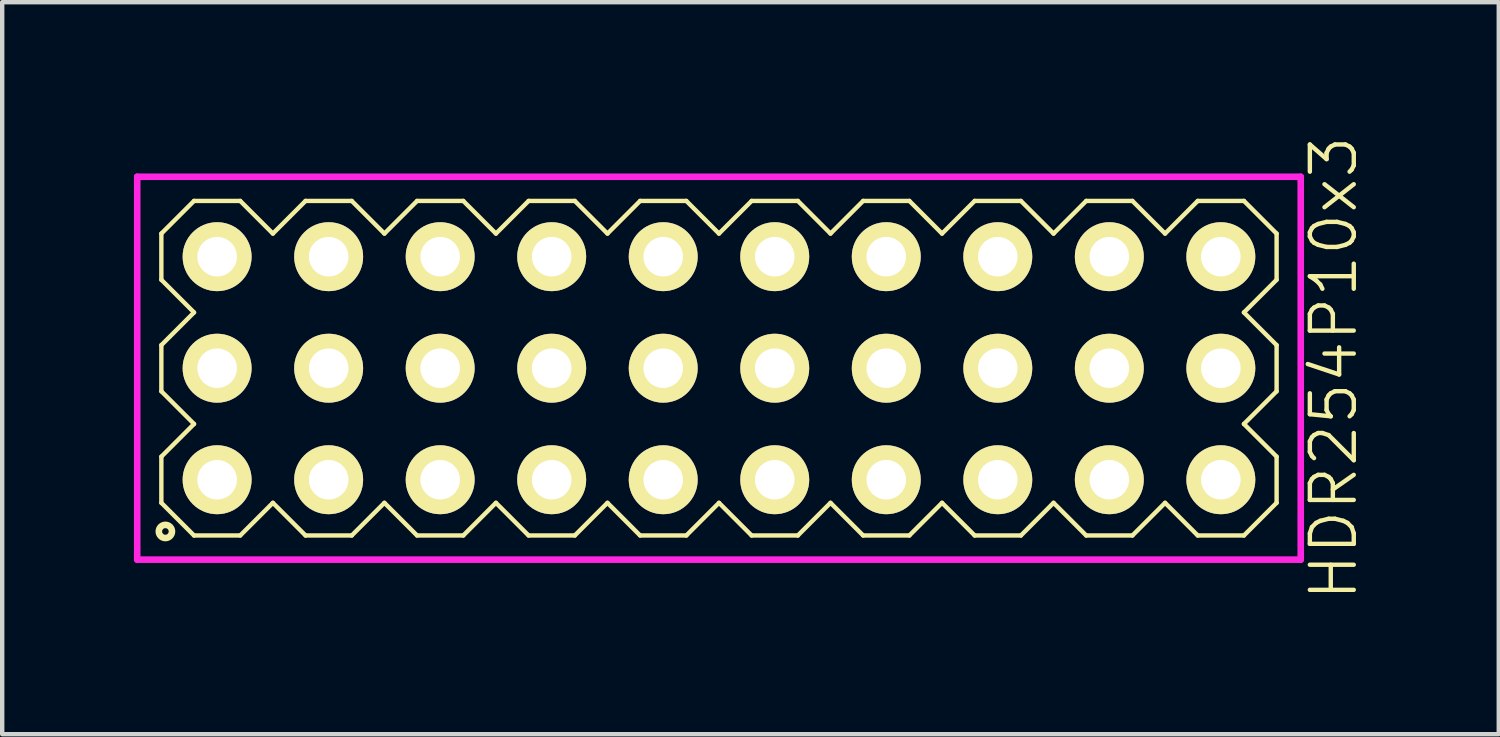
<source format=kicad_pcb>
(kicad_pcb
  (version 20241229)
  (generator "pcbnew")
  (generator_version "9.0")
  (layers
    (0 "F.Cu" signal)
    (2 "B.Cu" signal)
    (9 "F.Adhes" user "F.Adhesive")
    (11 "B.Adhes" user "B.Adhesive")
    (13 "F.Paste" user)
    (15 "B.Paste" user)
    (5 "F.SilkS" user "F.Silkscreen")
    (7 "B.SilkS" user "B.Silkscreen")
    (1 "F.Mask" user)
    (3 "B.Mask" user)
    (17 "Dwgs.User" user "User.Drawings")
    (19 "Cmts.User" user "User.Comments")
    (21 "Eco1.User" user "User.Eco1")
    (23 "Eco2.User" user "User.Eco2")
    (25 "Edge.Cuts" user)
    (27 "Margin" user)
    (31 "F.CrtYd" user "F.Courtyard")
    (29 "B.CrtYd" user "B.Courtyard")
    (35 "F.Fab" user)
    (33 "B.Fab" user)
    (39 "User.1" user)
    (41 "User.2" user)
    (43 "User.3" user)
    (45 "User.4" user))
  (footprint "HDR254P10x3"
    (layer "F.Cu")
    (at 13.325 5.336)
    (property "Reference" "HDR254P10x3" (at 14 0 90) (layer "F.SilkS") (effects (font (size 1 1) (thickness 0.1))))
    (attr through_hole)
    (fp_line (start -12.7 -3.066) (end -11.956 -3.81) (stroke (width 0.1) (type solid)) (layer "F.SilkS"))
    (fp_line (start -12.7 -2.014) (end -12.7 -3.066) (stroke (width 0.1) (type solid)) (layer "F.SilkS"))
    (fp_line (start -12.7 -0.526) (end -11.956 -1.27) (stroke (width 0.1) (type solid)) (layer "F.SilkS"))
    (fp_line (start -12.7 0.526) (end -12.7 -0.526) (stroke (width 0.1) (type solid)) (layer "F.SilkS"))
    (fp_line (start -12.7 2.014) (end -11.956 1.27) (stroke (width 0.1) (type solid)) (layer "F.SilkS"))
    (fp_line (start -12.7 3.066) (end -12.7 2.014) (stroke (width 0.1) (type solid)) (layer "F.SilkS"))
    (fp_line (start -11.956 -3.81) (end -10.904 -3.81) (stroke (width 0.1) (type solid)) (layer "F.SilkS"))
    (fp_line (start -11.956 -1.27) (end -12.7 -2.014) (stroke (width 0.1) (type solid)) (layer "F.SilkS"))
    (fp_line (start -11.956 1.27) (end -12.7 0.526) (stroke (width 0.1) (type solid)) (layer "F.SilkS"))
    (fp_line (start -11.956 3.81) (end -12.7 3.066) (stroke (width 0.1) (type solid)) (layer "F.SilkS"))
    (fp_line (start -10.904 -3.81) (end -10.16 -3.066) (stroke (width 0.1) (type solid)) (layer "F.SilkS"))
    (fp_line (start -10.904 3.81) (end -11.956 3.81) (stroke (width 0.1) (type solid)) (layer "F.SilkS"))
    (fp_line (start -10.16 -3.066) (end -9.416 -3.81) (stroke (width 0.1) (type solid)) (layer "F.SilkS"))
    (fp_line (start -10.16 3.066) (end -10.904 3.81) (stroke (width 0.1) (type solid)) (layer "F.SilkS"))
    (fp_line (start -9.416 -3.81) (end -8.364 -3.81) (stroke (width 0.1) (type solid)) (layer "F.SilkS"))
    (fp_line (start -9.416 3.81) (end -10.16 3.066) (stroke (width 0.1) (type solid)) (layer "F.SilkS"))
    (fp_line (start -8.364 -3.81) (end -7.62 -3.066) (stroke (width 0.1) (type solid)) (layer "F.SilkS"))
    (fp_line (start -8.364 3.81) (end -9.416 3.81) (stroke (width 0.1) (type solid)) (layer "F.SilkS"))
    (fp_line (start -7.62 -3.066) (end -6.876 -3.81) (stroke (width 0.1) (type solid)) (layer "F.SilkS"))
    (fp_line (start -7.62 3.066) (end -8.364 3.81) (stroke (width 0.1) (type solid)) (layer "F.SilkS"))
    (fp_line (start -6.876 -3.81) (end -5.824 -3.81) (stroke (width 0.1) (type solid)) (layer "F.SilkS"))
    (fp_line (start -6.876 3.81) (end -7.62 3.066) (stroke (width 0.1) (type solid)) (layer "F.SilkS"))
    (fp_line (start -5.824 -3.81) (end -5.08 -3.066) (stroke (width 0.1) (type solid)) (layer "F.SilkS"))
    (fp_line (start -5.824 3.81) (end -6.876 3.81) (stroke (width 0.1) (type solid)) (layer "F.SilkS"))
    (fp_line (start -5.08 -3.066) (end -4.336 -3.81) (stroke (width 0.1) (type solid)) (layer "F.SilkS"))
    (fp_line (start -5.08 3.066) (end -5.824 3.81) (stroke (width 0.1) (type solid)) (layer "F.SilkS"))
    (fp_line (start -4.336 -3.81) (end -3.284 -3.81) (stroke (width 0.1) (type solid)) (layer "F.SilkS"))
    (fp_line (start -4.336 3.81) (end -5.08 3.066) (stroke (width 0.1) (type solid)) (layer "F.SilkS"))
    (fp_line (start -3.284 -3.81) (end -2.54 -3.066) (stroke (width 0.1) (type solid)) (layer "F.SilkS"))
    (fp_line (start -3.284 3.81) (end -4.336 3.81) (stroke (width 0.1) (type solid)) (layer "F.SilkS"))
    (fp_line (start -2.54 -3.066) (end -1.796 -3.81) (stroke (width 0.1) (type solid)) (layer "F.SilkS"))
    (fp_line (start -2.54 3.066) (end -3.284 3.81) (stroke (width 0.1) (type solid)) (layer "F.SilkS"))
    (fp_line (start -1.796 -3.81) (end -0.744 -3.81) (stroke (width 0.1) (type solid)) (layer "F.SilkS"))
    (fp_line (start -1.796 3.81) (end -2.54 3.066) (stroke (width 0.1) (type solid)) (layer "F.SilkS"))
    (fp_line (start -0.744 -3.81) (end 0 -3.066) (stroke (width 0.1) (type solid)) (layer "F.SilkS"))
    (fp_line (start -0.744 3.81) (end -1.796 3.81) (stroke (width 0.1) (type solid)) (layer "F.SilkS"))
    (fp_line (start 0 -3.066) (end 0.744 -3.81) (stroke (width 0.1) (type solid)) (layer "F.SilkS"))
    (fp_line (start 0 3.066) (end -0.744 3.81) (stroke (width 0.1) (type solid)) (layer "F.SilkS"))
    (fp_line (start 0.744 -3.81) (end 1.796 -3.81) (stroke (width 0.1) (type solid)) (layer "F.SilkS"))
    (fp_line (start 0.744 3.81) (end 0 3.066) (stroke (width 0.1) (type solid)) (layer "F.SilkS"))
    (fp_line (start 1.796 -3.81) (end 2.54 -3.066) (stroke (width 0.1) (type solid)) (layer "F.SilkS"))
    (fp_line (start 1.796 3.81) (end 0.744 3.81) (stroke (width 0.1) (type solid)) (layer "F.SilkS"))
    (fp_line (start 2.54 -3.066) (end 3.284 -3.81) (stroke (width 0.1) (type solid)) (layer "F.SilkS"))
    (fp_line (start 2.54 3.066) (end 1.796 3.81) (stroke (width 0.1) (type solid)) (layer "F.SilkS"))
    (fp_line (start 3.284 -3.81) (end 4.336 -3.81) (stroke (width 0.1) (type solid)) (layer "F.SilkS"))
    (fp_line (start 3.284 3.81) (end 2.54 3.066) (stroke (width 0.1) (type solid)) (layer "F.SilkS"))
    (fp_line (start 4.336 -3.81) (end 5.08 -3.066) (stroke (width 0.1) (type solid)) (layer "F.SilkS"))
    (fp_line (start 4.336 3.81) (end 3.284 3.81) (stroke (width 0.1) (type solid)) (layer "F.SilkS"))
    (fp_line (start 5.08 -3.066) (end 5.824 -3.81) (stroke (width 0.1) (type solid)) (layer "F.SilkS"))
    (fp_line (start 5.08 3.066) (end 4.336 3.81) (stroke (width 0.1) (type solid)) (layer "F.SilkS"))
    (fp_line (start 5.824 -3.81) (end 6.876 -3.81) (stroke (width 0.1) (type solid)) (layer "F.SilkS"))
    (fp_line (start 5.824 3.81) (end 5.08 3.066) (stroke (width 0.1) (type solid)) (layer "F.SilkS"))
    (fp_line (start 6.876 -3.81) (end 7.62 -3.066) (stroke (width 0.1) (type solid)) (layer "F.SilkS"))
    (fp_line (start 6.876 3.81) (end 5.824 3.81) (stroke (width 0.1) (type solid)) (layer "F.SilkS"))
    (fp_line (start 7.62 -3.066) (end 8.364 -3.81) (stroke (width 0.1) (type solid)) (layer "F.SilkS"))
    (fp_line (start 7.62 3.066) (end 6.876 3.81) (stroke (width 0.1) (type solid)) (layer "F.SilkS"))
    (fp_line (start 8.364 -3.81) (end 9.416 -3.81) (stroke (width 0.1) (type solid)) (layer "F.SilkS"))
    (fp_line (start 8.364 3.81) (end 7.62 3.066) (stroke (width 0.1) (type solid)) (layer "F.SilkS"))
    (fp_line (start 9.416 -3.81) (end 10.16 -3.066) (stroke (width 0.1) (type solid)) (layer "F.SilkS"))
    (fp_line (start 9.416 3.81) (end 8.364 3.81) (stroke (width 0.1) (type solid)) (layer "F.SilkS"))
    (fp_line (start 10.16 -3.066) (end 10.904 -3.81) (stroke (width 0.1) (type solid)) (layer "F.SilkS"))
    (fp_line (start 10.16 3.066) (end 9.416 3.81) (stroke (width 0.1) (type solid)) (layer "F.SilkS"))
    (fp_line (start 10.904 -3.81) (end 11.956 -3.81) (stroke (width 0.1) (type solid)) (layer "F.SilkS"))
    (fp_line (start 10.904 3.81) (end 10.16 3.066) (stroke (width 0.1) (type solid)) (layer "F.SilkS"))
    (fp_line (start 11.956 -3.81) (end 12.7 -3.066) (stroke (width 0.1) (type solid)) (layer "F.SilkS"))
    (fp_line (start 11.956 -1.27) (end 12.7 -0.526) (stroke (width 0.1) (type solid)) (layer "F.SilkS"))
    (fp_line (start 11.956 1.27) (end 12.7 2.014) (stroke (width 0.1) (type solid)) (layer "F.SilkS"))
    (fp_line (start 11.956 3.81) (end 10.904 3.81) (stroke (width 0.1) (type solid)) (layer "F.SilkS"))
    (fp_line (start 12.7 -3.066) (end 12.7 -2.014) (stroke (width 0.1) (type solid)) (layer "F.SilkS"))
    (fp_line (start 12.7 -2.014) (end 11.956 -1.27) (stroke (width 0.1) (type solid)) (layer "F.SilkS"))
    (fp_line (start 12.7 -0.526) (end 12.7 0.526) (stroke (width 0.1) (type solid)) (layer "F.SilkS"))
    (fp_line (start 12.7 0.526) (end 11.956 1.27) (stroke (width 0.1) (type solid)) (layer "F.SilkS"))
    (fp_line (start 12.7 2.014) (end 12.7 3.066) (stroke (width 0.1) (type solid)) (layer "F.SilkS"))
    (fp_line (start 12.7 3.066) (end 11.956 3.81) (stroke (width 0.1) (type solid)) (layer "F.SilkS"))
    (fp_circle (center -12.608 3.718) (end -12.458 3.718) (stroke (width 0.15) (type solid)) (fill no) (layer "F.SilkS"))
    (fp_line (start -13.25 -4.36) (end -13.25 4.36) (stroke (width 0.15) (type solid)) (layer "F.CrtYd"))
    (fp_line (start -13.25 4.36) (end 13.25 4.36) (stroke (width 0.15) (type solid)) (layer "F.CrtYd"))
    (fp_line (start 13.25 -4.36) (end -13.25 -4.36) (stroke (width 0.15) (type solid)) (layer "F.CrtYd"))
    (fp_line (start 13.25 4.36) (end 13.25 -4.36) (stroke (width 0.15) (type solid)) (layer "F.CrtYd"))
    (pad "1" thru_hole oval (at -11.43 2.54) (size 1.57 1.57) (drill 0.9) (layers "*.Cu" "*.Mask" "F.SilkS"))
    (pad "2" thru_hole oval (at -11.43 0) (size 1.57 1.57) (drill 0.9) (layers "*.Cu" "*.Mask" "F.SilkS"))
    (pad "3" thru_hole oval (at -11.43 -2.54) (size 1.57 1.57) (drill 0.9) (layers "*.Cu" "*.Mask" "F.SilkS"))
    (pad "4" thru_hole oval (at -8.89 2.54) (size 1.57 1.57) (drill 0.9) (layers "*.Cu" "*.Mask" "F.SilkS"))
    (pad "5" thru_hole oval (at -8.89 0) (size 1.57 1.57) (drill 0.9) (layers "*.Cu" "*.Mask" "F.SilkS"))
    (pad "6" thru_hole oval (at -8.89 -2.54) (size 1.57 1.57) (drill 0.9) (layers "*.Cu" "*.Mask" "F.SilkS"))
    (pad "7" thru_hole oval (at -6.35 2.54) (size 1.57 1.57) (drill 0.9) (layers "*.Cu" "*.Mask" "F.SilkS"))
    (pad "8" thru_hole oval (at -6.35 0) (size 1.57 1.57) (drill 0.9) (layers "*.Cu" "*.Mask" "F.SilkS"))
    (pad "9" thru_hole oval (at -6.35 -2.54) (size 1.57 1.57) (drill 0.9) (layers "*.Cu" "*.Mask" "F.SilkS"))
    (pad "10" thru_hole oval (at -3.81 2.54) (size 1.57 1.57) (drill 0.9) (layers "*.Cu" "*.Mask" "F.SilkS"))
    (pad "11" thru_hole oval (at -3.81 0) (size 1.57 1.57) (drill 0.9) (layers "*.Cu" "*.Mask" "F.SilkS"))
    (pad "12" thru_hole oval (at -3.81 -2.54) (size 1.57 1.57) (drill 0.9) (layers "*.Cu" "*.Mask" "F.SilkS"))
    (pad "13" thru_hole oval (at -1.27 2.54) (size 1.57 1.57) (drill 0.9) (layers "*.Cu" "*.Mask" "F.SilkS"))
    (pad "14" thru_hole oval (at -1.27 0) (size 1.57 1.57) (drill 0.9) (layers "*.Cu" "*.Mask" "F.SilkS"))
    (pad "15" thru_hole oval (at -1.27 -2.54) (size 1.57 1.57) (drill 0.9) (layers "*.Cu" "*.Mask" "F.SilkS"))
    (pad "16" thru_hole oval (at 1.27 2.54) (size 1.57 1.57) (drill 0.9) (layers "*.Cu" "*.Mask" "F.SilkS"))
    (pad "17" thru_hole oval (at 1.27 0) (size 1.57 1.57) (drill 0.9) (layers "*.Cu" "*.Mask" "F.SilkS"))
    (pad "18" thru_hole oval (at 1.27 -2.54) (size 1.57 1.57) (drill 0.9) (layers "*.Cu" "*.Mask" "F.SilkS"))
    (pad "19" thru_hole oval (at 3.81 2.54) (size 1.57 1.57) (drill 0.9) (layers "*.Cu" "*.Mask" "F.SilkS"))
    (pad "20" thru_hole oval (at 3.81 0) (size 1.57 1.57) (drill 0.9) (layers "*.Cu" "*.Mask" "F.SilkS"))
    (pad "21" thru_hole oval (at 3.81 -2.54) (size 1.57 1.57) (drill 0.9) (layers "*.Cu" "*.Mask" "F.SilkS"))
    (pad "22" thru_hole oval (at 6.35 2.54) (size 1.57 1.57) (drill 0.9) (layers "*.Cu" "*.Mask" "F.SilkS"))
    (pad "23" thru_hole oval (at 6.35 0) (size 1.57 1.57) (drill 0.9) (layers "*.Cu" "*.Mask" "F.SilkS"))
    (pad "24" thru_hole oval (at 6.35 -2.54) (size 1.57 1.57) (drill 0.9) (layers "*.Cu" "*.Mask" "F.SilkS"))
    (pad "25" thru_hole oval (at 8.89 2.54) (size 1.57 1.57) (drill 0.9) (layers "*.Cu" "*.Mask" "F.SilkS"))
    (pad "26" thru_hole oval (at 8.89 0) (size 1.57 1.57) (drill 0.9) (layers "*.Cu" "*.Mask" "F.SilkS"))
    (pad "27" thru_hole oval (at 8.89 -2.54) (size 1.57 1.57) (drill 0.9) (layers "*.Cu" "*.Mask" "F.SilkS"))
    (pad "28" thru_hole oval (at 11.43 2.54) (size 1.57 1.57) (drill 0.9) (layers "*.Cu" "*.Mask" "F.SilkS"))
    (pad "29" thru_hole oval (at 11.43 0) (size 1.57 1.57) (drill 0.9) (layers "*.Cu" "*.Mask" "F.SilkS"))
    (pad "30" thru_hole oval (at 11.43 -2.54) (size 1.57 1.57) (drill 0.9) (layers "*.Cu" "*.Mask" "F.SilkS")))
  (gr_rect
    (start -3 -3)
    (end 31.085 13.671)
    (stroke (width 0.1) (type default))
    (fill no)
    (layer "Edge.Cuts")))
</source>
